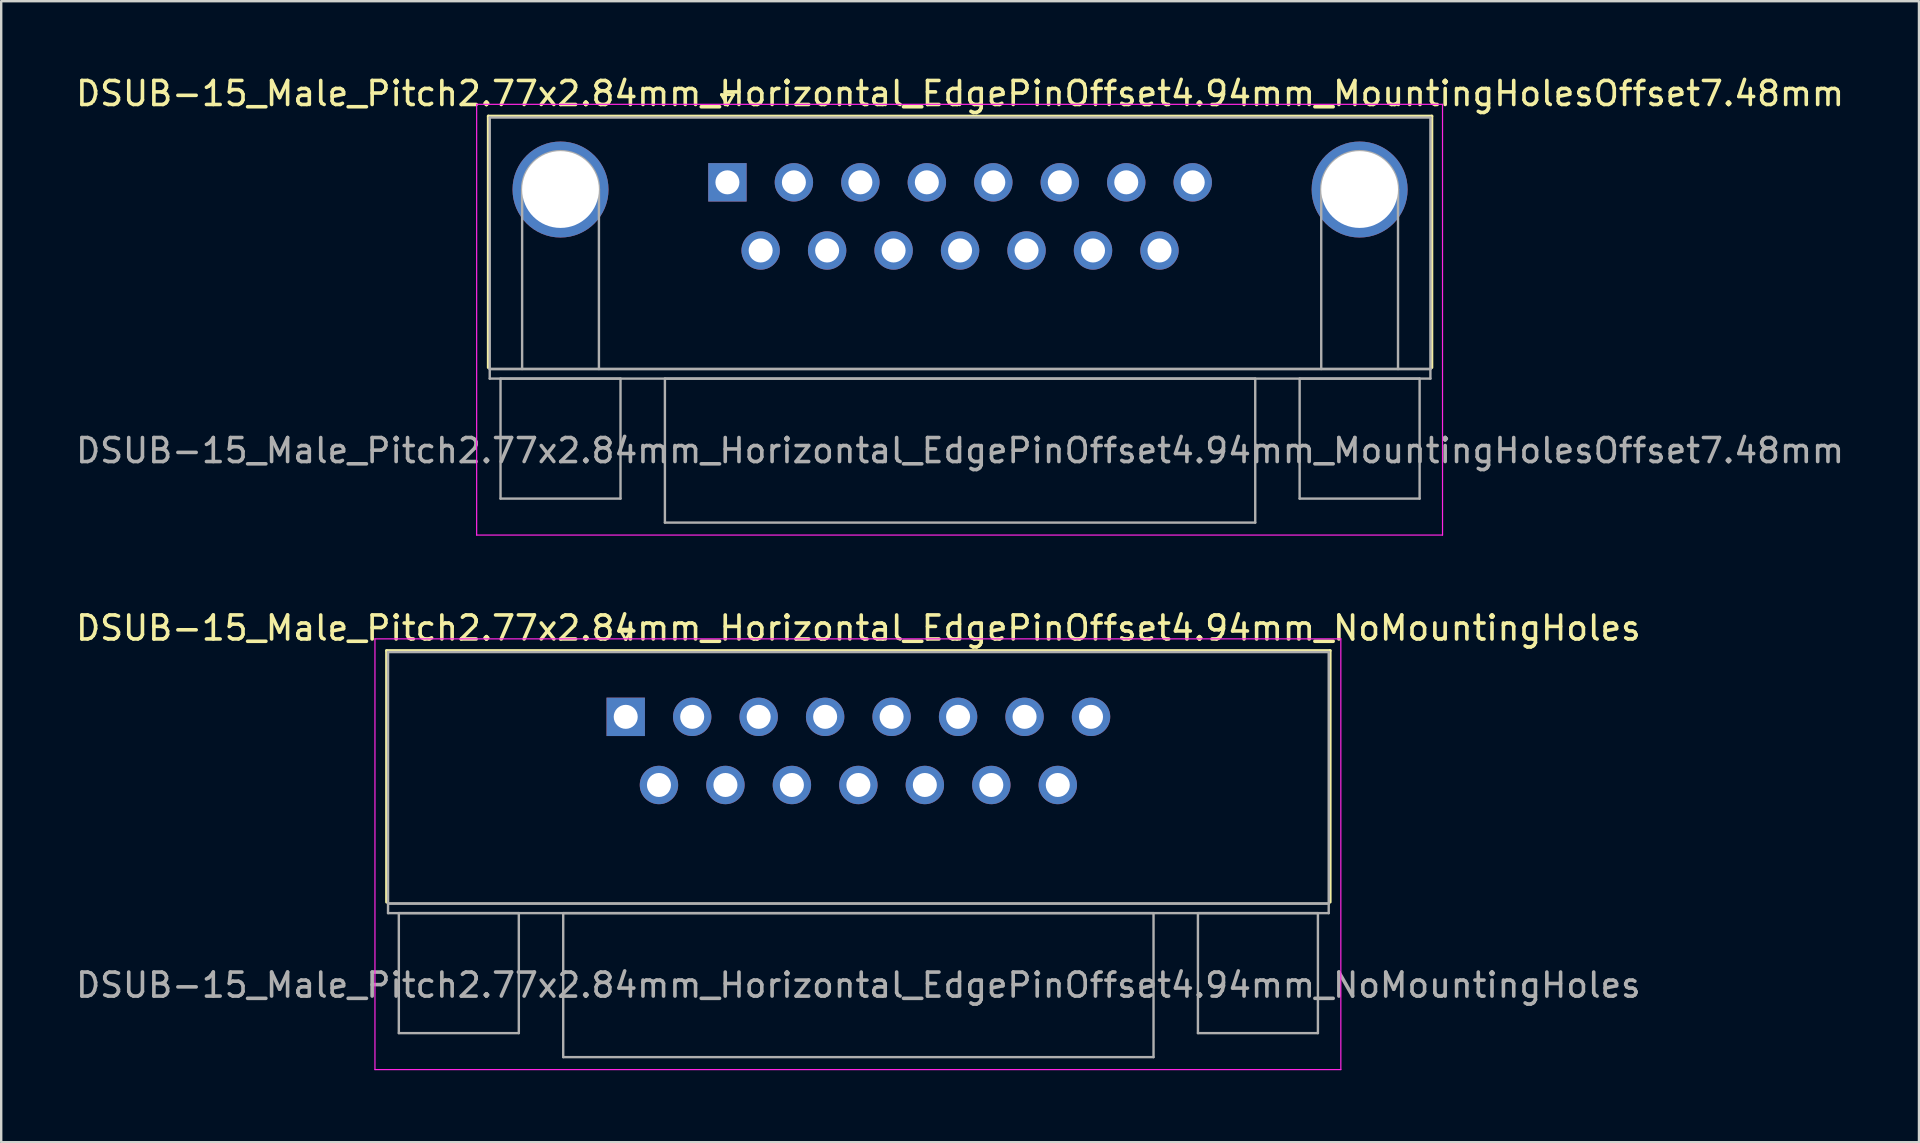
<source format=kicad_pcb>
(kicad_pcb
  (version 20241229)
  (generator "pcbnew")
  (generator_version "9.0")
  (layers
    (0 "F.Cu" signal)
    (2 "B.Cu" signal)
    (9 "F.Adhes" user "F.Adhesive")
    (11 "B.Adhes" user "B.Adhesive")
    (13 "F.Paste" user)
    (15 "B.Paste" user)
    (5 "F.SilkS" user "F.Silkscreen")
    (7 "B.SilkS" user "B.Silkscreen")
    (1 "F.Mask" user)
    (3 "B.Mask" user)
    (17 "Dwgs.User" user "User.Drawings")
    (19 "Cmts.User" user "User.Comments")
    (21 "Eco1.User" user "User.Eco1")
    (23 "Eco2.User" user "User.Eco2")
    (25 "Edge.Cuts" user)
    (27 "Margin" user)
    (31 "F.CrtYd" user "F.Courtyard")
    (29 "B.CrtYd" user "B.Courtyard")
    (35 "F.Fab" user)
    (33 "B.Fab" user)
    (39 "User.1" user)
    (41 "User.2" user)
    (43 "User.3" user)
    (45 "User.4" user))
  (footprint "DSUB-15_Male_Pitch2.77x2.84mm_Horizontal_EdgePinOffset4.94mm_MountingHolesOffset7.48mm"
    (layer "F.Cu")
    (at 27.263 4.548)
    (property "Reference" "DSUB-15_Male_Pitch2.77x2.84mm_Horizontal_EdgePinOffset4.94mm_MountingHolesOffset7.48mm" (at 9.695 -3.7 0) (layer "F.SilkS") (effects (font (size 1 1) (thickness 0.15))))
    (attr through_hole)
    (fp_line (start -9.965 -2.76) (end 29.355 -2.76) (stroke (width 0.12) (type solid)) (layer "F.SilkS"))
    (fp_line (start -9.965 7.72) (end -9.965 -2.76) (stroke (width 0.12) (type solid)) (layer "F.SilkS"))
    (fp_line (start -0.25 -3.654) (end 0.25 -3.654) (stroke (width 0.12) (type solid)) (layer "F.SilkS"))
    (fp_line (start 0 -3.221) (end -0.25 -3.654) (stroke (width 0.12) (type solid)) (layer "F.SilkS"))
    (fp_line (start 0.25 -3.654) (end 0 -3.221) (stroke (width 0.12) (type solid)) (layer "F.SilkS"))
    (fp_line (start 29.355 -2.76) (end 29.355 7.72) (stroke (width 0.12) (type solid)) (layer "F.SilkS"))
    (fp_line (start -10.45 -3.25) (end -10.45 14.7) (stroke (width 0.05) (type solid)) (layer "F.CrtYd"))
    (fp_line (start -10.45 14.7) (end 29.8 14.7) (stroke (width 0.05) (type solid)) (layer "F.CrtYd"))
    (fp_line (start 29.8 -3.25) (end -10.45 -3.25) (stroke (width 0.05) (type solid)) (layer "F.CrtYd"))
    (fp_line (start 29.8 14.7) (end 29.8 -3.25) (stroke (width 0.05) (type solid)) (layer "F.CrtYd"))
    (fp_line (start -9.905 -2.7) (end -9.905 7.78) (stroke (width 0.1) (type solid)) (layer "F.Fab"))
    (fp_line (start -9.905 7.78) (end -9.905 8.18) (stroke (width 0.1) (type solid)) (layer "F.Fab"))
    (fp_line (start -9.905 7.78) (end 29.295 7.78) (stroke (width 0.1) (type solid)) (layer "F.Fab"))
    (fp_line (start -9.905 8.18) (end 29.295 8.18) (stroke (width 0.1) (type solid)) (layer "F.Fab"))
    (fp_line (start -9.455 8.18) (end -9.455 13.18) (stroke (width 0.1) (type solid)) (layer "F.Fab"))
    (fp_line (start -9.455 13.18) (end -4.455 13.18) (stroke (width 0.1) (type solid)) (layer "F.Fab"))
    (fp_line (start -8.555 7.78) (end -8.555 0.3) (stroke (width 0.1) (type solid)) (layer "F.Fab"))
    (fp_line (start -5.355 7.78) (end -5.355 0.3) (stroke (width 0.1) (type solid)) (layer "F.Fab"))
    (fp_line (start -4.455 8.18) (end -9.455 8.18) (stroke (width 0.1) (type solid)) (layer "F.Fab"))
    (fp_line (start -4.455 13.18) (end -4.455 8.18) (stroke (width 0.1) (type solid)) (layer "F.Fab"))
    (fp_line (start -2.605 8.18) (end -2.605 14.18) (stroke (width 0.1) (type solid)) (layer "F.Fab"))
    (fp_line (start -2.605 14.18) (end 21.995 14.18) (stroke (width 0.1) (type solid)) (layer "F.Fab"))
    (fp_line (start 21.995 8.18) (end -2.605 8.18) (stroke (width 0.1) (type solid)) (layer "F.Fab"))
    (fp_line (start 21.995 14.18) (end 21.995 8.18) (stroke (width 0.1) (type solid)) (layer "F.Fab"))
    (fp_line (start 23.845 8.18) (end 23.845 13.18) (stroke (width 0.1) (type solid)) (layer "F.Fab"))
    (fp_line (start 23.845 13.18) (end 28.845 13.18) (stroke (width 0.1) (type solid)) (layer "F.Fab"))
    (fp_line (start 24.745 7.78) (end 24.745 0.3) (stroke (width 0.1) (type solid)) (layer "F.Fab"))
    (fp_line (start 27.945 7.78) (end 27.945 0.3) (stroke (width 0.1) (type solid)) (layer "F.Fab"))
    (fp_line (start 28.845 8.18) (end 23.845 8.18) (stroke (width 0.1) (type solid)) (layer "F.Fab"))
    (fp_line (start 28.845 13.18) (end 28.845 8.18) (stroke (width 0.1) (type solid)) (layer "F.Fab"))
    (fp_line (start 29.295 -2.7) (end -9.905 -2.7) (stroke (width 0.1) (type solid)) (layer "F.Fab"))
    (fp_line (start 29.295 7.78) (end -9.905 7.78) (stroke (width 0.1) (type solid)) (layer "F.Fab"))
    (fp_line (start 29.295 7.78) (end 29.295 -2.7) (stroke (width 0.1) (type solid)) (layer "F.Fab"))
    (fp_line (start 29.295 8.18) (end 29.295 7.78) (stroke (width 0.1) (type solid)) (layer "F.Fab"))
    (fp_arc (start -8.555 0.3) (mid -6.955 -1.3) (end -5.355 0.3) (stroke (width 0.1) (type solid)) (layer "F.Fab"))
    (fp_arc (start 24.745 0.3) (mid 26.345 -1.3) (end 27.945 0.3) (stroke (width 0.1) (type solid)) (layer "F.Fab"))
    (fp_text user "${REFERENCE}" (at 9.695 11.18 0) (layer "F.Fab") (effects (font (size 1 1) (thickness 0.15))))
    (pad "0" thru_hole circle (at -6.955 0.3) (size 4 4) (drill 3.2) (layers "*.Cu" "*.Mask"))
    (pad "0" thru_hole circle (at 26.345 0.3) (size 4 4) (drill 3.2) (layers "*.Cu" "*.Mask"))
    (pad "1" thru_hole rect (at 0 0) (size 1.6 1.6) (drill 1) (layers "*.Cu" "*.Mask"))
    (pad "2" thru_hole circle (at 2.77 0) (size 1.6 1.6) (drill 1) (layers "*.Cu" "*.Mask"))
    (pad "3" thru_hole circle (at 5.54 0) (size 1.6 1.6) (drill 1) (layers "*.Cu" "*.Mask"))
    (pad "4" thru_hole circle (at 8.31 0) (size 1.6 1.6) (drill 1) (layers "*.Cu" "*.Mask"))
    (pad "5" thru_hole circle (at 11.08 0) (size 1.6 1.6) (drill 1) (layers "*.Cu" "*.Mask"))
    (pad "6" thru_hole circle (at 13.85 0) (size 1.6 1.6) (drill 1) (layers "*.Cu" "*.Mask"))
    (pad "7" thru_hole circle (at 16.62 0) (size 1.6 1.6) (drill 1) (layers "*.Cu" "*.Mask"))
    (pad "8" thru_hole circle (at 19.39 0) (size 1.6 1.6) (drill 1) (layers "*.Cu" "*.Mask"))
    (pad "9" thru_hole circle (at 1.385 2.84) (size 1.6 1.6) (drill 1) (layers "*.Cu" "*.Mask"))
    (pad "10" thru_hole circle (at 4.155 2.84) (size 1.6 1.6) (drill 1) (layers "*.Cu" "*.Mask"))
    (pad "11" thru_hole circle (at 6.925 2.84) (size 1.6 1.6) (drill 1) (layers "*.Cu" "*.Mask"))
    (pad "12" thru_hole circle (at 9.695 2.84) (size 1.6 1.6) (drill 1) (layers "*.Cu" "*.Mask"))
    (pad "13" thru_hole circle (at 12.465 2.84) (size 1.6 1.6) (drill 1) (layers "*.Cu" "*.Mask"))
    (pad "14" thru_hole circle (at 15.235 2.84) (size 1.6 1.6) (drill 1) (layers "*.Cu" "*.Mask"))
    (pad "15" thru_hole circle (at 18.005 2.84) (size 1.6 1.6) (drill 1) (layers "*.Cu" "*.Mask")))
  (footprint "DSUB-15_Male_Pitch2.77x2.84mm_Horizontal_EdgePinOffset4.94mm_NoMountingHoles"
    (layer "F.Cu")
    (at 23.025 26.822)
    (property "Reference" "DSUB-15_Male_Pitch2.77x2.84mm_Horizontal_EdgePinOffset4.94mm_NoMountingHoles" (at 9.695 -3.7 0) (layer "F.SilkS") (effects (font (size 1 1) (thickness 0.15))))
    (attr through_hole)
    (fp_line (start -9.965 -2.76) (end 29.355 -2.76) (stroke (width 0.12) (type solid)) (layer "F.SilkS"))
    (fp_line (start -9.965 7.72) (end -9.965 -2.76) (stroke (width 0.12) (type solid)) (layer "F.SilkS"))
    (fp_line (start -0.25 -3.654) (end 0.25 -3.654) (stroke (width 0.12) (type solid)) (layer "F.SilkS"))
    (fp_line (start 0 -3.221) (end -0.25 -3.654) (stroke (width 0.12) (type solid)) (layer "F.SilkS"))
    (fp_line (start 0.25 -3.654) (end 0 -3.221) (stroke (width 0.12) (type solid)) (layer "F.SilkS"))
    (fp_line (start 29.355 -2.76) (end 29.355 7.72) (stroke (width 0.12) (type solid)) (layer "F.SilkS"))
    (fp_line (start -10.45 -3.25) (end -10.45 14.7) (stroke (width 0.05) (type solid)) (layer "F.CrtYd"))
    (fp_line (start -10.45 14.7) (end 29.8 14.7) (stroke (width 0.05) (type solid)) (layer "F.CrtYd"))
    (fp_line (start 29.8 -3.25) (end -10.45 -3.25) (stroke (width 0.05) (type solid)) (layer "F.CrtYd"))
    (fp_line (start 29.8 14.7) (end 29.8 -3.25) (stroke (width 0.05) (type solid)) (layer "F.CrtYd"))
    (fp_line (start -9.905 -2.7) (end -9.905 7.78) (stroke (width 0.1) (type solid)) (layer "F.Fab"))
    (fp_line (start -9.905 7.78) (end -9.905 8.18) (stroke (width 0.1) (type solid)) (layer "F.Fab"))
    (fp_line (start -9.905 7.78) (end 29.295 7.78) (stroke (width 0.1) (type solid)) (layer "F.Fab"))
    (fp_line (start -9.905 8.18) (end 29.295 8.18) (stroke (width 0.1) (type solid)) (layer "F.Fab"))
    (fp_line (start -9.455 8.18) (end -9.455 13.18) (stroke (width 0.1) (type solid)) (layer "F.Fab"))
    (fp_line (start -9.455 13.18) (end -4.455 13.18) (stroke (width 0.1) (type solid)) (layer "F.Fab"))
    (fp_line (start -4.455 8.18) (end -9.455 8.18) (stroke (width 0.1) (type solid)) (layer "F.Fab"))
    (fp_line (start -4.455 13.18) (end -4.455 8.18) (stroke (width 0.1) (type solid)) (layer "F.Fab"))
    (fp_line (start -2.605 8.18) (end -2.605 14.18) (stroke (width 0.1) (type solid)) (layer "F.Fab"))
    (fp_line (start -2.605 14.18) (end 21.995 14.18) (stroke (width 0.1) (type solid)) (layer "F.Fab"))
    (fp_line (start 21.995 8.18) (end -2.605 8.18) (stroke (width 0.1) (type solid)) (layer "F.Fab"))
    (fp_line (start 21.995 14.18) (end 21.995 8.18) (stroke (width 0.1) (type solid)) (layer "F.Fab"))
    (fp_line (start 23.845 8.18) (end 23.845 13.18) (stroke (width 0.1) (type solid)) (layer "F.Fab"))
    (fp_line (start 23.845 13.18) (end 28.845 13.18) (stroke (width 0.1) (type solid)) (layer "F.Fab"))
    (fp_line (start 28.845 8.18) (end 23.845 8.18) (stroke (width 0.1) (type solid)) (layer "F.Fab"))
    (fp_line (start 28.845 13.18) (end 28.845 8.18) (stroke (width 0.1) (type solid)) (layer "F.Fab"))
    (fp_line (start 29.295 -2.7) (end -9.905 -2.7) (stroke (width 0.1) (type solid)) (layer "F.Fab"))
    (fp_line (start 29.295 7.78) (end -9.905 7.78) (stroke (width 0.1) (type solid)) (layer "F.Fab"))
    (fp_line (start 29.295 7.78) (end 29.295 -2.7) (stroke (width 0.1) (type solid)) (layer "F.Fab"))
    (fp_line (start 29.295 8.18) (end 29.295 7.78) (stroke (width 0.1) (type solid)) (layer "F.Fab"))
    (fp_text user "${REFERENCE}" (at 9.695 11.18 0) (layer "F.Fab") (effects (font (size 1 1) (thickness 0.15))))
    (pad "1" thru_hole rect (at 0 0) (size 1.6 1.6) (drill 1) (layers "*.Cu" "*.Mask"))
    (pad "2" thru_hole circle (at 2.77 0) (size 1.6 1.6) (drill 1) (layers "*.Cu" "*.Mask"))
    (pad "3" thru_hole circle (at 5.54 0) (size 1.6 1.6) (drill 1) (layers "*.Cu" "*.Mask"))
    (pad "4" thru_hole circle (at 8.31 0) (size 1.6 1.6) (drill 1) (layers "*.Cu" "*.Mask"))
    (pad "5" thru_hole circle (at 11.08 0) (size 1.6 1.6) (drill 1) (layers "*.Cu" "*.Mask"))
    (pad "6" thru_hole circle (at 13.85 0) (size 1.6 1.6) (drill 1) (layers "*.Cu" "*.Mask"))
    (pad "7" thru_hole circle (at 16.62 0) (size 1.6 1.6) (drill 1) (layers "*.Cu" "*.Mask"))
    (pad "8" thru_hole circle (at 19.39 0) (size 1.6 1.6) (drill 1) (layers "*.Cu" "*.Mask"))
    (pad "9" thru_hole circle (at 1.385 2.84) (size 1.6 1.6) (drill 1) (layers "*.Cu" "*.Mask"))
    (pad "10" thru_hole circle (at 4.155 2.84) (size 1.6 1.6) (drill 1) (layers "*.Cu" "*.Mask"))
    (pad "11" thru_hole circle (at 6.925 2.84) (size 1.6 1.6) (drill 1) (layers "*.Cu" "*.Mask"))
    (pad "12" thru_hole circle (at 9.695 2.84) (size 1.6 1.6) (drill 1) (layers "*.Cu" "*.Mask"))
    (pad "13" thru_hole circle (at 12.465 2.84) (size 1.6 1.6) (drill 1) (layers "*.Cu" "*.Mask"))
    (pad "14" thru_hole circle (at 15.235 2.84) (size 1.6 1.6) (drill 1) (layers "*.Cu" "*.Mask"))
    (pad "15" thru_hole circle (at 18.005 2.84) (size 1.6 1.6) (drill 1) (layers "*.Cu" "*.Mask")))
  (gr_rect
    (start -3 -3)
    (end 76.917 44.547)
    (stroke (width 0.1) (type default))
    (fill no)
    (layer "Edge.Cuts")))
</source>
